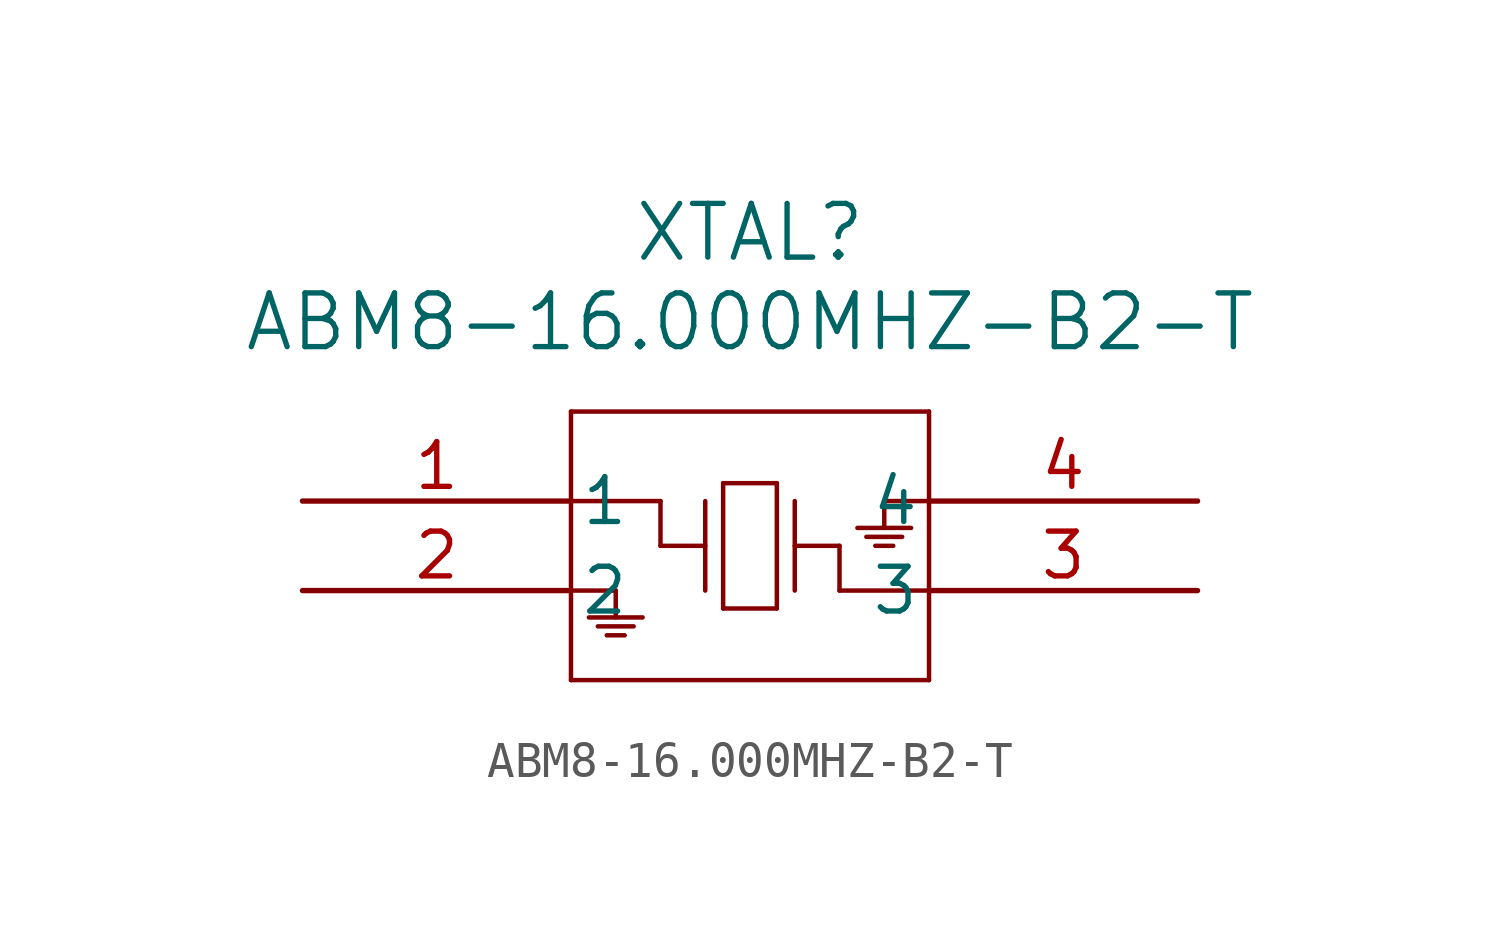
<source format=kicad_sym>
(kicad_symbol_lib
  (version 20211014)
  (generator kicad_symbol_editor)
  (symbol "ABM8-16.000MHZ-B2-T"
    (pin_names
      (offset 0.254))
    (property "Reference" "XTAL"
      (at 12.7 7.62 0)
      (effects (font (size 1.524 1.524))))
    (property "Value" "ABM8-16.000MHZ-B2-T"
      (at 12.7 5.08 0)
      (effects (font (size 1.524 1.524))))
    (symbol "ABM8-16.000MHZ-B2-T_0_1"
      (polyline (pts (xy 7.62 2.54) (xy 7.62 -5.08)) (stroke (width 0.127) (type default) (color 0 0 0 0)) (fill (type none)))
      (polyline (pts (xy 7.62 -5.08) (xy 17.78 -5.08)) (stroke (width 0.127) (type default) (color 0 0 0 0)) (fill (type none)))
      (polyline (pts (xy 17.78 -5.08) (xy 17.78 2.54)) (stroke (width 0.127) (type default) (color 0 0 0 0)) (fill (type none)))
      (polyline (pts (xy 17.78 2.54) (xy 7.62 2.54)) (stroke (width 0.127) (type default) (color 0 0 0 0)) (fill (type none)))
      (polyline (pts (xy 11.43 0) (xy 11.43 -2.54)) (stroke (width 0.127) (type default) (color 0 0 0 0)) (fill (type none)))
      (polyline (pts (xy 11.43 -1.27) (xy 10.16 -1.27)) (stroke (width 0.127) (type default) (color 0 0 0 0)) (fill (type none)))
      (polyline (pts (xy 10.16 -1.27) (xy 10.16 0)) (stroke (width 0.127) (type default) (color 0 0 0 0)) (fill (type none)))
      (polyline (pts (xy 10.16 0) (xy 7.62 0)) (stroke (width 0.127) (type default) (color 0 0 0 0)) (fill (type none)))
      (polyline (pts (xy 13.97 0) (xy 13.97 -2.54)) (stroke (width 0.127) (type default) (color 0 0 0 0)) (fill (type none)))
      (polyline (pts (xy 13.97 -1.27) (xy 15.24 -1.27)) (stroke (width 0.127) (type default) (color 0 0 0 0)) (fill (type none)))
      (polyline (pts (xy 15.24 -1.27) (xy 15.24 -2.54)) (stroke (width 0.127) (type default) (color 0 0 0 0)) (fill (type none)))
      (polyline (pts (xy 15.24 -2.54) (xy 17.78 -2.54)) (stroke (width 0.127) (type default) (color 0 0 0 0)) (fill (type none)))
      (polyline (pts (xy 11.938 0.508) (xy 11.938 -3.048)) (stroke (width 0.127) (type default) (color 0 0 0 0)) (fill (type none)))
      (polyline (pts (xy 11.938 -3.048) (xy 13.462 -3.048)) (stroke (width 0.127) (type default) (color 0 0 0 0)) (fill (type none)))
      (polyline (pts (xy 13.462 -3.048) (xy 13.462 0.508)) (stroke (width 0.127) (type default) (color 0 0 0 0)) (fill (type none)))
      (polyline (pts (xy 13.462 0.508) (xy 11.938 0.508)) (stroke (width 0.127) (type default) (color 0 0 0 0)) (fill (type none)))
      (polyline (pts (xy 7.62 -2.54) (xy 8.89 -2.54)) (stroke (width 0.127) (type default) (color 0 0 0 0)) (fill (type none)))
      (polyline (pts (xy 8.89 -2.54) (xy 8.89 -3.302)) (stroke (width 0.127) (type default) (color 0 0 0 0)) (fill (type none)))
      (polyline (pts (xy 8.636 -3.81) (xy 9.144 -3.81)) (stroke (width 0.127) (type default) (color 0 0 0 0)) (fill (type none)))
      (polyline (pts (xy 8.382 -3.556) (xy 9.398 -3.556)) (stroke (width 0.127) (type default) (color 0 0 0 0)) (fill (type none)))
      (polyline (pts (xy 8.128 -3.302) (xy 9.652 -3.302)) (stroke (width 0.127) (type default) (color 0 0 0 0)) (fill (type none)))
      (polyline (pts (xy 17.78 0) (xy 16.51 0)) (stroke (width 0.127) (type default) (color 0 0 0 0)) (fill (type none)))
      (polyline (pts (xy 16.51 0) (xy 16.51 -0.762)) (stroke (width 0.127) (type default) (color 0 0 0 0)) (fill (type none)))
      (polyline (pts (xy 16.764 -1.27) (xy 16.256 -1.27)) (stroke (width 0.127) (type default) (color 0 0 0 0)) (fill (type none)))
      (polyline (pts (xy 17.018 -1.016) (xy 16.002 -1.016)) (stroke (width 0.127) (type default) (color 0 0 0 0)) (fill (type none)))
      (polyline (pts (xy 17.272 -0.762) (xy 15.748 -0.762)) (stroke (width 0.127) (type default) (color 0 0 0 0)) (fill (type none)))
      (pin unspecified line (at 0 0 0) (length 7.62) (name "1" (effects (font (size 1.27 1.27)))) (number "1" (effects (font (size 1.27 1.27)))))
      (pin unspecified line (at 0 -2.54 0) (length 7.62) (name "2" (effects (font (size 1.27 1.27)))) (number "2" (effects (font (size 1.27 1.27)))))
      (pin unspecified line (at 25.4 -2.54 180) (length 7.62) (name "3" (effects (font (size 1.27 1.27)))) (number "3" (effects (font (size 1.27 1.27)))))
      (pin unspecified line (at 25.4 0 180) (length 7.62) (name "4" (effects (font (size 1.27 1.27)))) (number "4" (effects (font (size 1.27 1.27))))))))
</source>
